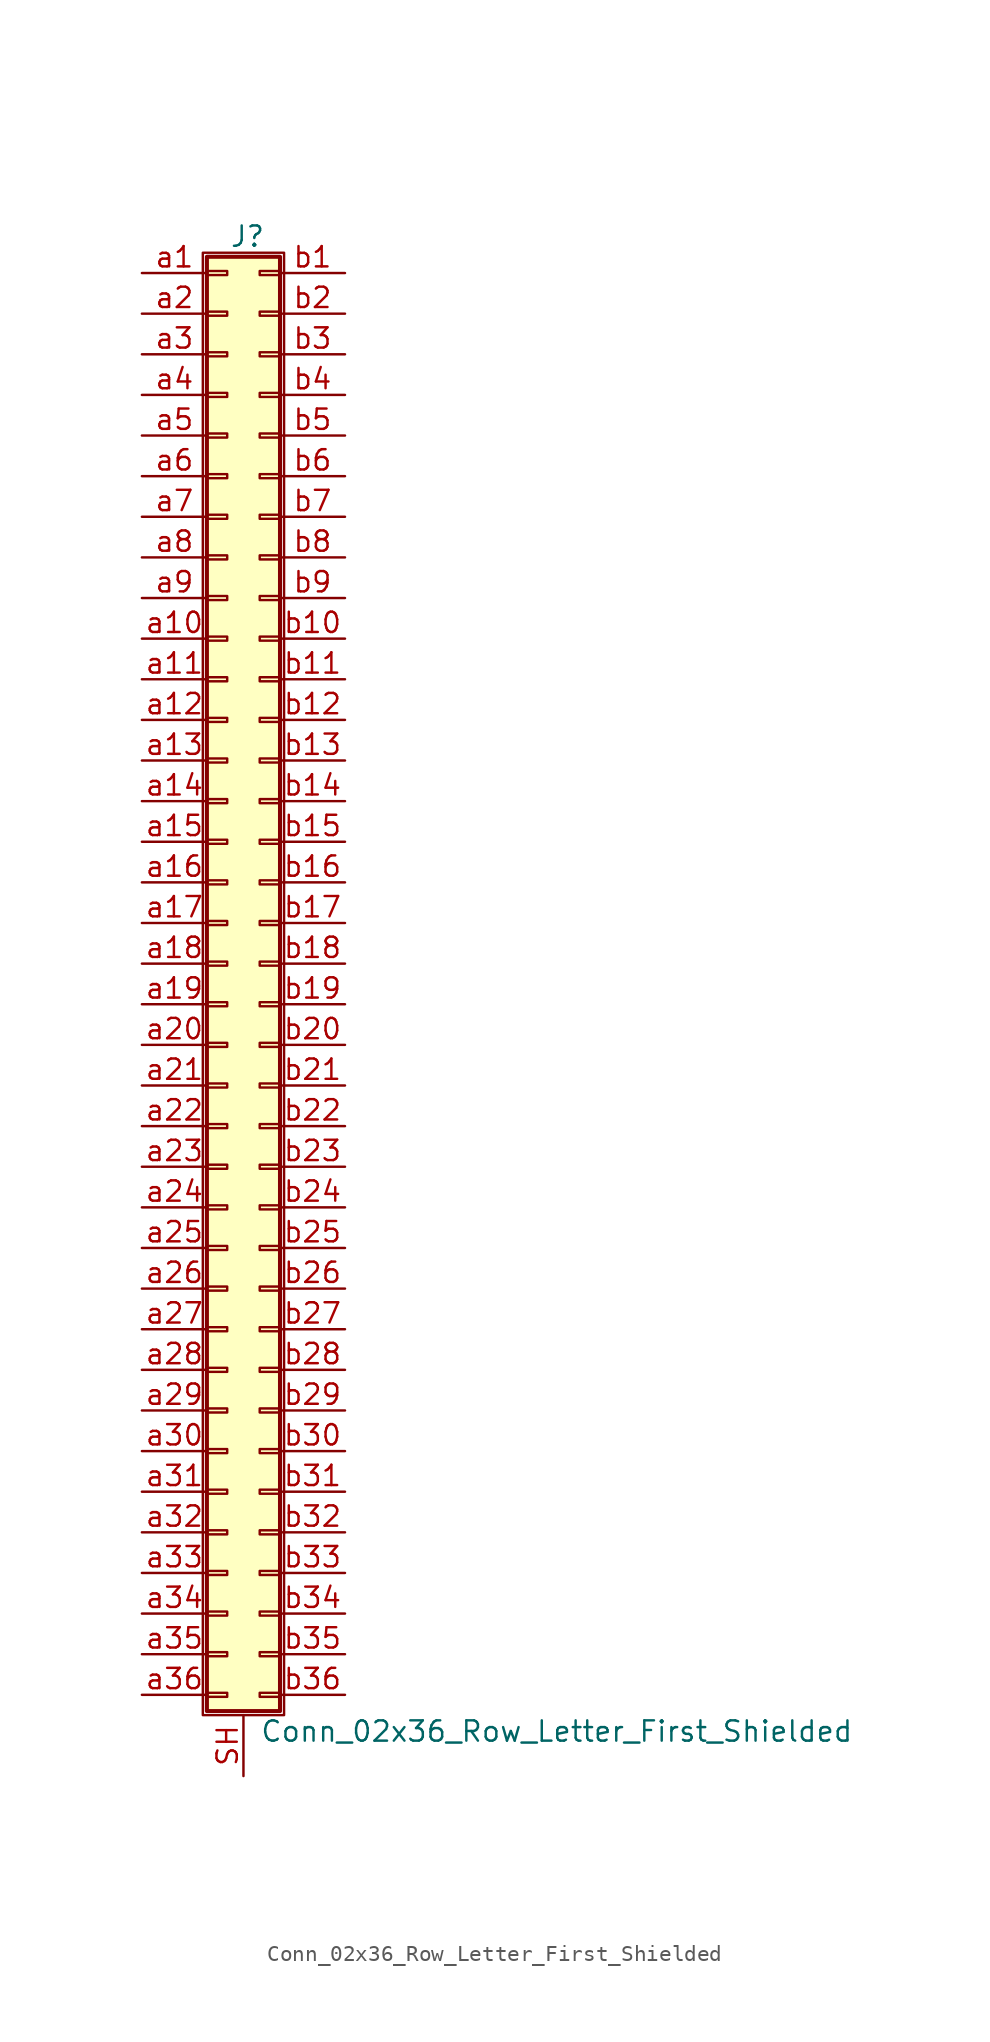
<source format=kicad_sym>
(kicad_symbol_lib
  (version 20201005)
  (generator kicad_symbol_editor)
  (symbol "Connector_Generic_Shielded:Conn_02x36_Row_Letter_First_Shielded"
    (pin_names
      (offset 1.016) hide)
    (property "Reference" "J"
      (at 1.524 45.466 0)
      (effects (font (size 1.27 1.27))))
    (property "Value" "Conn_02x36_Row_Letter_First_Shielded"
      (at 2.286 -48.006 0)
      (effects (font (size 1.27 1.27)) (justify left)))
    (symbol "Conn_02x36_Row_Letter_First_Shielded_1_1"
      (rectangle (start -1.016 -27.813) (end 0.254 -28.067) (stroke (width 0.152)) (fill (type none)))
      (rectangle (start -1.016 -30.353) (end 0.254 -30.607) (stroke (width 0.152)) (fill (type none)))
      (rectangle (start -1.016 -32.893) (end 0.254 -33.147) (stroke (width 0.152)) (fill (type none)))
      (rectangle (start -1.016 -35.433) (end 0.254 -35.687) (stroke (width 0.152)) (fill (type none)))
      (rectangle (start -1.016 -37.973) (end 0.254 -38.227) (stroke (width 0.152)) (fill (type none)))
      (rectangle (start -1.016 -40.513) (end 0.254 -40.767) (stroke (width 0.152)) (fill (type none)))
      (rectangle (start -1.016 -43.053) (end 0.254 -43.307) (stroke (width 0.152)) (fill (type none)))
      (rectangle (start -1.016 -45.593) (end 0.254 -45.847) (stroke (width 0.152)) (fill (type none)))
      (rectangle (start -1.016 -4.953) (end 0.254 -5.207) (stroke (width 0.152)) (fill (type none)))
      (rectangle (start -1.016 -7.493) (end 0.254 -7.747) (stroke (width 0.152)) (fill (type none)))
      (rectangle (start -1.016 -10.033) (end 0.254 -10.287) (stroke (width 0.152)) (fill (type none)))
      (rectangle (start -1.016 -12.573) (end 0.254 -12.827) (stroke (width 0.152)) (fill (type none)))
      (rectangle (start -1.016 -15.113) (end 0.254 -15.367) (stroke (width 0.152)) (fill (type none)))
      (rectangle (start -1.016 -17.653) (end 0.254 -17.907) (stroke (width 0.152)) (fill (type none)))
      (rectangle (start -1.016 -20.193) (end 0.254 -20.447) (stroke (width 0.152)) (fill (type none)))
      (rectangle (start -1.016 -22.733) (end 0.254 -22.987) (stroke (width 0.152)) (fill (type none)))
      (rectangle (start -1.016 -2.413) (end 0.254 -2.667) (stroke (width 0.152)) (fill (type none)))
      (rectangle (start -1.016 -25.273) (end 0.254 -25.527) (stroke (width 0.152)) (fill (type none)))
      (rectangle (start -1.016 25.527) (end 0.254 25.273) (stroke (width 0.152)) (fill (type none)))
      (rectangle (start -1.016 2.667) (end 0.254 2.413) (stroke (width 0.152)) (fill (type none)))
      (rectangle (start -1.016 28.067) (end 0.254 27.813) (stroke (width 0.152)) (fill (type none)))
      (rectangle (start -1.016 30.607) (end 0.254 30.353) (stroke (width 0.152)) (fill (type none)))
      (rectangle (start -1.016 33.147) (end 0.254 32.893) (stroke (width 0.152)) (fill (type none)))
      (rectangle (start -1.016 35.687) (end 0.254 35.433) (stroke (width 0.152)) (fill (type none)))
      (rectangle (start -1.016 38.227) (end 0.254 37.973) (stroke (width 0.152)) (fill (type none)))
      (rectangle (start -1.016 40.767) (end 0.254 40.513) (stroke (width 0.152)) (fill (type none)))
      (rectangle (start -1.016 43.307) (end 0.254 43.053) (stroke (width 0.152)) (fill (type none)))
      (rectangle (start -1.016 44.196) (end 3.556 -46.736) (stroke (width 0.254)) (fill (type background)))
      (rectangle (start -1.016 5.207) (end 0.254 4.953) (stroke (width 0.152)) (fill (type none)))
      (rectangle (start -1.016 7.747) (end 0.254 7.493) (stroke (width 0.152)) (fill (type none)))
      (rectangle (start -1.016 10.287) (end 0.254 10.033) (stroke (width 0.152)) (fill (type none)))
      (rectangle (start -1.016 0.127) (end 0.254 -0.127) (stroke (width 0.152)) (fill (type none)))
      (rectangle (start -1.016 12.827) (end 0.254 12.573) (stroke (width 0.152)) (fill (type none)))
      (rectangle (start -1.016 15.367) (end 0.254 15.113) (stroke (width 0.152)) (fill (type none)))
      (rectangle (start -1.016 17.907) (end 0.254 17.653) (stroke (width 0.152)) (fill (type none)))
      (rectangle (start -1.016 20.447) (end 0.254 20.193) (stroke (width 0.152)) (fill (type none)))
      (rectangle (start -1.016 22.987) (end 0.254 22.733) (stroke (width 0.152)) (fill (type none)))
      (rectangle (start -1.27 44.45) (end 3.81 -46.99) (stroke (width 0.152)) (fill (type none)))
      (rectangle (start 3.556 -27.813) (end 2.286 -28.067) (stroke (width 0.152)) (fill (type none)))
      (rectangle (start 3.556 -30.353) (end 2.286 -30.607) (stroke (width 0.152)) (fill (type none)))
      (rectangle (start 3.556 -32.893) (end 2.286 -33.147) (stroke (width 0.152)) (fill (type none)))
      (rectangle (start 3.556 -35.433) (end 2.286 -35.687) (stroke (width 0.152)) (fill (type none)))
      (rectangle (start 3.556 -37.973) (end 2.286 -38.227) (stroke (width 0.152)) (fill (type none)))
      (rectangle (start 3.556 -40.513) (end 2.286 -40.767) (stroke (width 0.152)) (fill (type none)))
      (rectangle (start 3.556 -43.053) (end 2.286 -43.307) (stroke (width 0.152)) (fill (type none)))
      (rectangle (start 3.556 -45.593) (end 2.286 -45.847) (stroke (width 0.152)) (fill (type none)))
      (rectangle (start 3.556 -4.953) (end 2.286 -5.207) (stroke (width 0.152)) (fill (type none)))
      (rectangle (start 3.556 -7.493) (end 2.286 -7.747) (stroke (width 0.152)) (fill (type none)))
      (rectangle (start 3.556 -10.033) (end 2.286 -10.287) (stroke (width 0.152)) (fill (type none)))
      (rectangle (start 3.556 -12.573) (end 2.286 -12.827) (stroke (width 0.152)) (fill (type none)))
      (rectangle (start 3.556 -15.113) (end 2.286 -15.367) (stroke (width 0.152)) (fill (type none)))
      (rectangle (start 3.556 -17.653) (end 2.286 -17.907) (stroke (width 0.152)) (fill (type none)))
      (rectangle (start 3.556 -20.193) (end 2.286 -20.447) (stroke (width 0.152)) (fill (type none)))
      (rectangle (start 3.556 -22.733) (end 2.286 -22.987) (stroke (width 0.152)) (fill (type none)))
      (rectangle (start 3.556 -2.413) (end 2.286 -2.667) (stroke (width 0.152)) (fill (type none)))
      (rectangle (start 3.556 -25.273) (end 2.286 -25.527) (stroke (width 0.152)) (fill (type none)))
      (rectangle (start 3.556 25.527) (end 2.286 25.273) (stroke (width 0.152)) (fill (type none)))
      (rectangle (start 3.556 2.667) (end 2.286 2.413) (stroke (width 0.152)) (fill (type none)))
      (rectangle (start 3.556 28.067) (end 2.286 27.813) (stroke (width 0.152)) (fill (type none)))
      (rectangle (start 3.556 30.607) (end 2.286 30.353) (stroke (width 0.152)) (fill (type none)))
      (rectangle (start 3.556 33.147) (end 2.286 32.893) (stroke (width 0.152)) (fill (type none)))
      (rectangle (start 3.556 35.687) (end 2.286 35.433) (stroke (width 0.152)) (fill (type none)))
      (rectangle (start 3.556 38.227) (end 2.286 37.973) (stroke (width 0.152)) (fill (type none)))
      (rectangle (start 3.556 40.767) (end 2.286 40.513) (stroke (width 0.152)) (fill (type none)))
      (rectangle (start 3.556 43.307) (end 2.286 43.053) (stroke (width 0.152)) (fill (type none)))
      (rectangle (start 3.556 5.207) (end 2.286 4.953) (stroke (width 0.152)) (fill (type none)))
      (rectangle (start 3.556 7.747) (end 2.286 7.493) (stroke (width 0.152)) (fill (type none)))
      (rectangle (start 3.556 10.287) (end 2.286 10.033) (stroke (width 0.152)) (fill (type none)))
      (rectangle (start 3.556 0.127) (end 2.286 -0.127) (stroke (width 0.152)) (fill (type none)))
      (rectangle (start 3.556 12.827) (end 2.286 12.573) (stroke (width 0.152)) (fill (type none)))
      (rectangle (start 3.556 15.367) (end 2.286 15.113) (stroke (width 0.152)) (fill (type none)))
      (rectangle (start 3.556 17.907) (end 2.286 17.653) (stroke (width 0.152)) (fill (type none)))
      (rectangle (start 3.556 20.447) (end 2.286 20.193) (stroke (width 0.152)) (fill (type none)))
      (rectangle (start 3.556 22.987) (end 2.286 22.733) (stroke (width 0.152)) (fill (type none)))
      (pin passive line (at -5.08 43.18 0) (length 4.064) (name "Pin_a1" (effects (font (size 1.27 1.27)))) (number "a1" (effects (font (size 1.27 1.27)))))
      (pin passive line (at -5.08 20.32 0) (length 4.064) (name "Pin_a10" (effects (font (size 1.27 1.27)))) (number "a10" (effects (font (size 1.27 1.27)))))
      (pin passive line (at -5.08 17.78 0) (length 4.064) (name "Pin_a11" (effects (font (size 1.27 1.27)))) (number "a11" (effects (font (size 1.27 1.27)))))
      (pin passive line (at -5.08 15.24 0) (length 4.064) (name "Pin_a12" (effects (font (size 1.27 1.27)))) (number "a12" (effects (font (size 1.27 1.27)))))
      (pin passive line (at -5.08 12.7 0) (length 4.064) (name "Pin_a13" (effects (font (size 1.27 1.27)))) (number "a13" (effects (font (size 1.27 1.27)))))
      (pin passive line (at -5.08 10.16 0) (length 4.064) (name "Pin_a14" (effects (font (size 1.27 1.27)))) (number "a14" (effects (font (size 1.27 1.27)))))
      (pin passive line (at -5.08 7.62 0) (length 4.064) (name "Pin_a15" (effects (font (size 1.27 1.27)))) (number "a15" (effects (font (size 1.27 1.27)))))
      (pin passive line (at -5.08 5.08 0) (length 4.064) (name "Pin_a16" (effects (font (size 1.27 1.27)))) (number "a16" (effects (font (size 1.27 1.27)))))
      (pin passive line (at -5.08 2.54 0) (length 4.064) (name "Pin_a17" (effects (font (size 1.27 1.27)))) (number "a17" (effects (font (size 1.27 1.27)))))
      (pin passive line (at -5.08 0 0) (length 4.064) (name "Pin_a18" (effects (font (size 1.27 1.27)))) (number "a18" (effects (font (size 1.27 1.27)))))
      (pin passive line (at -5.08 -2.54 0) (length 4.064) (name "Pin_a19" (effects (font (size 1.27 1.27)))) (number "a19" (effects (font (size 1.27 1.27)))))
      (pin passive line (at -5.08 40.64 0) (length 4.064) (name "Pin_a2" (effects (font (size 1.27 1.27)))) (number "a2" (effects (font (size 1.27 1.27)))))
      (pin passive line (at -5.08 -5.08 0) (length 4.064) (name "Pin_a20" (effects (font (size 1.27 1.27)))) (number "a20" (effects (font (size 1.27 1.27)))))
      (pin passive line (at -5.08 -7.62 0) (length 4.064) (name "Pin_a21" (effects (font (size 1.27 1.27)))) (number "a21" (effects (font (size 1.27 1.27)))))
      (pin passive line (at -5.08 -10.16 0) (length 4.064) (name "Pin_a22" (effects (font (size 1.27 1.27)))) (number "a22" (effects (font (size 1.27 1.27)))))
      (pin passive line (at -5.08 -12.7 0) (length 4.064) (name "Pin_a23" (effects (font (size 1.27 1.27)))) (number "a23" (effects (font (size 1.27 1.27)))))
      (pin passive line (at -5.08 -15.24 0) (length 4.064) (name "Pin_a24" (effects (font (size 1.27 1.27)))) (number "a24" (effects (font (size 1.27 1.27)))))
      (pin passive line (at -5.08 -17.78 0) (length 4.064) (name "Pin_a25" (effects (font (size 1.27 1.27)))) (number "a25" (effects (font (size 1.27 1.27)))))
      (pin passive line (at -5.08 -20.32 0) (length 4.064) (name "Pin_a26" (effects (font (size 1.27 1.27)))) (number "a26" (effects (font (size 1.27 1.27)))))
      (pin passive line (at -5.08 -22.86 0) (length 4.064) (name "Pin_a27" (effects (font (size 1.27 1.27)))) (number "a27" (effects (font (size 1.27 1.27)))))
      (pin passive line (at -5.08 -25.4 0) (length 4.064) (name "Pin_a28" (effects (font (size 1.27 1.27)))) (number "a28" (effects (font (size 1.27 1.27)))))
      (pin passive line (at -5.08 -27.94 0) (length 4.064) (name "Pin_a29" (effects (font (size 1.27 1.27)))) (number "a29" (effects (font (size 1.27 1.27)))))
      (pin passive line (at -5.08 38.1 0) (length 4.064) (name "Pin_a3" (effects (font (size 1.27 1.27)))) (number "a3" (effects (font (size 1.27 1.27)))))
      (pin passive line (at -5.08 -30.48 0) (length 4.064) (name "Pin_a30" (effects (font (size 1.27 1.27)))) (number "a30" (effects (font (size 1.27 1.27)))))
      (pin passive line (at -5.08 -33.02 0) (length 4.064) (name "Pin_a31" (effects (font (size 1.27 1.27)))) (number "a31" (effects (font (size 1.27 1.27)))))
      (pin passive line (at -5.08 -35.56 0) (length 4.064) (name "Pin_a32" (effects (font (size 1.27 1.27)))) (number "a32" (effects (font (size 1.27 1.27)))))
      (pin passive line (at -5.08 -38.1 0) (length 4.064) (name "Pin_a33" (effects (font (size 1.27 1.27)))) (number "a33" (effects (font (size 1.27 1.27)))))
      (pin passive line (at -5.08 -40.64 0) (length 4.064) (name "Pin_a34" (effects (font (size 1.27 1.27)))) (number "a34" (effects (font (size 1.27 1.27)))))
      (pin passive line (at -5.08 -43.18 0) (length 4.064) (name "Pin_a35" (effects (font (size 1.27 1.27)))) (number "a35" (effects (font (size 1.27 1.27)))))
      (pin passive line (at -5.08 -45.72 0) (length 4.064) (name "Pin_a36" (effects (font (size 1.27 1.27)))) (number "a36" (effects (font (size 1.27 1.27)))))
      (pin passive line (at -5.08 35.56 0) (length 4.064) (name "Pin_a4" (effects (font (size 1.27 1.27)))) (number "a4" (effects (font (size 1.27 1.27)))))
      (pin passive line (at -5.08 33.02 0) (length 4.064) (name "Pin_a5" (effects (font (size 1.27 1.27)))) (number "a5" (effects (font (size 1.27 1.27)))))
      (pin passive line (at -5.08 30.48 0) (length 4.064) (name "Pin_a6" (effects (font (size 1.27 1.27)))) (number "a6" (effects (font (size 1.27 1.27)))))
      (pin passive line (at -5.08 27.94 0) (length 4.064) (name "Pin_a7" (effects (font (size 1.27 1.27)))) (number "a7" (effects (font (size 1.27 1.27)))))
      (pin passive line (at -5.08 25.4 0) (length 4.064) (name "Pin_a8" (effects (font (size 1.27 1.27)))) (number "a8" (effects (font (size 1.27 1.27)))))
      (pin passive line (at -5.08 22.86 0) (length 4.064) (name "Pin_a9" (effects (font (size 1.27 1.27)))) (number "a9" (effects (font (size 1.27 1.27)))))
      (pin passive line (at 7.62 43.18 180) (length 4.064) (name "Pin_b1" (effects (font (size 1.27 1.27)))) (number "b1" (effects (font (size 1.27 1.27)))))
      (pin passive line (at 7.62 20.32 180) (length 4.064) (name "Pin_b10" (effects (font (size 1.27 1.27)))) (number "b10" (effects (font (size 1.27 1.27)))))
      (pin passive line (at 7.62 17.78 180) (length 4.064) (name "Pin_b11" (effects (font (size 1.27 1.27)))) (number "b11" (effects (font (size 1.27 1.27)))))
      (pin passive line (at 7.62 15.24 180) (length 4.064) (name "Pin_b12" (effects (font (size 1.27 1.27)))) (number "b12" (effects (font (size 1.27 1.27)))))
      (pin passive line (at 7.62 12.7 180) (length 4.064) (name "Pin_b13" (effects (font (size 1.27 1.27)))) (number "b13" (effects (font (size 1.27 1.27)))))
      (pin passive line (at 7.62 10.16 180) (length 4.064) (name "Pin_b14" (effects (font (size 1.27 1.27)))) (number "b14" (effects (font (size 1.27 1.27)))))
      (pin passive line (at 7.62 7.62 180) (length 4.064) (name "Pin_b15" (effects (font (size 1.27 1.27)))) (number "b15" (effects (font (size 1.27 1.27)))))
      (pin passive line (at 7.62 5.08 180) (length 4.064) (name "Pin_b16" (effects (font (size 1.27 1.27)))) (number "b16" (effects (font (size 1.27 1.27)))))
      (pin passive line (at 7.62 2.54 180) (length 4.064) (name "Pin_b17" (effects (font (size 1.27 1.27)))) (number "b17" (effects (font (size 1.27 1.27)))))
      (pin passive line (at 7.62 0 180) (length 4.064) (name "Pin_b18" (effects (font (size 1.27 1.27)))) (number "b18" (effects (font (size 1.27 1.27)))))
      (pin passive line (at 7.62 -2.54 180) (length 4.064) (name "Pin_b19" (effects (font (size 1.27 1.27)))) (number "b19" (effects (font (size 1.27 1.27)))))
      (pin passive line (at 7.62 40.64 180) (length 4.064) (name "Pin_b2" (effects (font (size 1.27 1.27)))) (number "b2" (effects (font (size 1.27 1.27)))))
      (pin passive line (at 7.62 -5.08 180) (length 4.064) (name "Pin_b20" (effects (font (size 1.27 1.27)))) (number "b20" (effects (font (size 1.27 1.27)))))
      (pin passive line (at 7.62 -7.62 180) (length 4.064) (name "Pin_b21" (effects (font (size 1.27 1.27)))) (number "b21" (effects (font (size 1.27 1.27)))))
      (pin passive line (at 7.62 -10.16 180) (length 4.064) (name "Pin_b22" (effects (font (size 1.27 1.27)))) (number "b22" (effects (font (size 1.27 1.27)))))
      (pin passive line (at 7.62 -12.7 180) (length 4.064) (name "Pin_b23" (effects (font (size 1.27 1.27)))) (number "b23" (effects (font (size 1.27 1.27)))))
      (pin passive line (at 7.62 -15.24 180) (length 4.064) (name "Pin_b24" (effects (font (size 1.27 1.27)))) (number "b24" (effects (font (size 1.27 1.27)))))
      (pin passive line (at 7.62 -17.78 180) (length 4.064) (name "Pin_b25" (effects (font (size 1.27 1.27)))) (number "b25" (effects (font (size 1.27 1.27)))))
      (pin passive line (at 7.62 -20.32 180) (length 4.064) (name "Pin_b26" (effects (font (size 1.27 1.27)))) (number "b26" (effects (font (size 1.27 1.27)))))
      (pin passive line (at 7.62 -22.86 180) (length 4.064) (name "Pin_b27" (effects (font (size 1.27 1.27)))) (number "b27" (effects (font (size 1.27 1.27)))))
      (pin passive line (at 7.62 -25.4 180) (length 4.064) (name "Pin_b28" (effects (font (size 1.27 1.27)))) (number "b28" (effects (font (size 1.27 1.27)))))
      (pin passive line (at 7.62 -27.94 180) (length 4.064) (name "Pin_b29" (effects (font (size 1.27 1.27)))) (number "b29" (effects (font (size 1.27 1.27)))))
      (pin passive line (at 7.62 38.1 180) (length 4.064) (name "Pin_b3" (effects (font (size 1.27 1.27)))) (number "b3" (effects (font (size 1.27 1.27)))))
      (pin passive line (at 7.62 -30.48 180) (length 4.064) (name "Pin_b30" (effects (font (size 1.27 1.27)))) (number "b30" (effects (font (size 1.27 1.27)))))
      (pin passive line (at 7.62 -33.02 180) (length 4.064) (name "Pin_b31" (effects (font (size 1.27 1.27)))) (number "b31" (effects (font (size 1.27 1.27)))))
      (pin passive line (at 7.62 -35.56 180) (length 4.064) (name "Pin_b32" (effects (font (size 1.27 1.27)))) (number "b32" (effects (font (size 1.27 1.27)))))
      (pin passive line (at 7.62 -38.1 180) (length 4.064) (name "Pin_b33" (effects (font (size 1.27 1.27)))) (number "b33" (effects (font (size 1.27 1.27)))))
      (pin passive line (at 7.62 -40.64 180) (length 4.064) (name "Pin_b34" (effects (font (size 1.27 1.27)))) (number "b34" (effects (font (size 1.27 1.27)))))
      (pin passive line (at 7.62 -43.18 180) (length 4.064) (name "Pin_b35" (effects (font (size 1.27 1.27)))) (number "b35" (effects (font (size 1.27 1.27)))))
      (pin passive line (at 7.62 -45.72 180) (length 4.064) (name "Pin_b36" (effects (font (size 1.27 1.27)))) (number "b36" (effects (font (size 1.27 1.27)))))
      (pin passive line (at 7.62 35.56 180) (length 4.064) (name "Pin_b4" (effects (font (size 1.27 1.27)))) (number "b4" (effects (font (size 1.27 1.27)))))
      (pin passive line (at 7.62 33.02 180) (length 4.064) (name "Pin_b5" (effects (font (size 1.27 1.27)))) (number "b5" (effects (font (size 1.27 1.27)))))
      (pin passive line (at 7.62 30.48 180) (length 4.064) (name "Pin_b6" (effects (font (size 1.27 1.27)))) (number "b6" (effects (font (size 1.27 1.27)))))
      (pin passive line (at 7.62 27.94 180) (length 4.064) (name "Pin_b7" (effects (font (size 1.27 1.27)))) (number "b7" (effects (font (size 1.27 1.27)))))
      (pin passive line (at 7.62 25.4 180) (length 4.064) (name "Pin_b8" (effects (font (size 1.27 1.27)))) (number "b8" (effects (font (size 1.27 1.27)))))
      (pin passive line (at 7.62 22.86 180) (length 4.064) (name "Pin_b9" (effects (font (size 1.27 1.27)))) (number "b9" (effects (font (size 1.27 1.27)))))
      (pin passive line (at 1.27 -50.8 90) (length 3.81) (name "Shield" (effects (font (size 1.27 1.27)))) (number "SH" (effects (font (size 1.27 1.27))))))))
</source>
